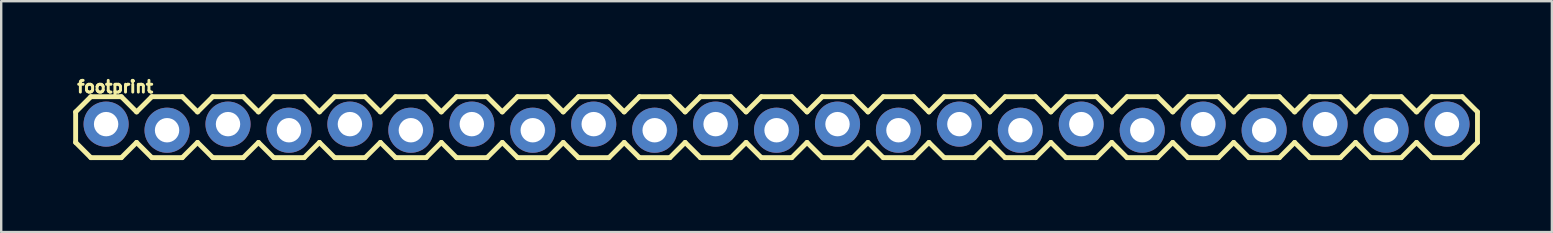
<source format=kicad_pcb>
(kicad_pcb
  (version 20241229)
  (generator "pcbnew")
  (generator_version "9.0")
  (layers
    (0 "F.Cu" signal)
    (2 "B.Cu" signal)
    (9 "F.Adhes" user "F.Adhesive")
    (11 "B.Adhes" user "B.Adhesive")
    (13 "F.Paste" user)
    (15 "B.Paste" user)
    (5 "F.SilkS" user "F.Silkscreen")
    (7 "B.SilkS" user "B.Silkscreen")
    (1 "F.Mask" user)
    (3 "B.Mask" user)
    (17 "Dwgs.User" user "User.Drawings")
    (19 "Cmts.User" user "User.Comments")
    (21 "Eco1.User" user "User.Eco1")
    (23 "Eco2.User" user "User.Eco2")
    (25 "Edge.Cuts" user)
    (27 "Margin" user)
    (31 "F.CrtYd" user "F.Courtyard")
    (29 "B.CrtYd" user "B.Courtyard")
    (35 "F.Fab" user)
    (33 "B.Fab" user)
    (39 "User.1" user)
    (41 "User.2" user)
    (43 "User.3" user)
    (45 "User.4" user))
  (footprint "footprint"
    (layer "F.Cu")
    (at 28.042 2.25)
    (property "Reference" "footprint" (at -27.94 -1.397 0) (layer "F.SilkS") (effects (font (size 0.488 0.488) (thickness 0.122)) (justify left bottom)))
    (fp_line (start -27.94 -0.635) (end -27.94 0.635) (stroke (width 0.203) (type solid)) (layer "F.SilkS"))
    (fp_line (start -27.94 -0.635) (end -27.305 -1.27) (stroke (width 0.203) (type solid)) (layer "F.SilkS"))
    (fp_line (start -27.305 -1.27) (end -26.035 -1.27) (stroke (width 0.203) (type solid)) (layer "F.SilkS"))
    (fp_line (start -27.305 1.27) (end -27.94 0.635) (stroke (width 0.203) (type solid)) (layer "F.SilkS"))
    (fp_line (start -26.035 -1.27) (end -25.4 -0.635) (stroke (width 0.203) (type solid)) (layer "F.SilkS"))
    (fp_line (start -26.035 1.27) (end -27.305 1.27) (stroke (width 0.203) (type solid)) (layer "F.SilkS"))
    (fp_line (start -25.4 -0.635) (end -24.765 -1.27) (stroke (width 0.203) (type solid)) (layer "F.SilkS"))
    (fp_line (start -25.4 0.635) (end -26.035 1.27) (stroke (width 0.203) (type solid)) (layer "F.SilkS"))
    (fp_line (start -24.765 -1.27) (end -23.495 -1.27) (stroke (width 0.203) (type solid)) (layer "F.SilkS"))
    (fp_line (start -24.765 1.27) (end -25.4 0.635) (stroke (width 0.203) (type solid)) (layer "F.SilkS"))
    (fp_line (start -23.495 -1.27) (end -22.86 -0.635) (stroke (width 0.203) (type solid)) (layer "F.SilkS"))
    (fp_line (start -23.495 1.27) (end -24.765 1.27) (stroke (width 0.203) (type solid)) (layer "F.SilkS"))
    (fp_line (start -22.86 0.635) (end -23.495 1.27) (stroke (width 0.203) (type solid)) (layer "F.SilkS"))
    (fp_line (start -22.86 0.635) (end -22.225 1.27) (stroke (width 0.203) (type solid)) (layer "F.SilkS"))
    (fp_line (start -22.225 -1.27) (end -22.86 -0.635) (stroke (width 0.203) (type solid)) (layer "F.SilkS"))
    (fp_line (start -22.225 -1.27) (end -20.955 -1.27) (stroke (width 0.203) (type solid)) (layer "F.SilkS"))
    (fp_line (start -20.955 -1.27) (end -20.32 -0.635) (stroke (width 0.203) (type solid)) (layer "F.SilkS"))
    (fp_line (start -20.955 1.27) (end -22.225 1.27) (stroke (width 0.203) (type solid)) (layer "F.SilkS"))
    (fp_line (start -20.32 -0.635) (end -19.685 -1.27) (stroke (width 0.203) (type solid)) (layer "F.SilkS"))
    (fp_line (start -20.32 0.635) (end -20.955 1.27) (stroke (width 0.203) (type solid)) (layer "F.SilkS"))
    (fp_line (start -19.685 -1.27) (end -18.415 -1.27) (stroke (width 0.203) (type solid)) (layer "F.SilkS"))
    (fp_line (start -19.685 1.27) (end -20.32 0.635) (stroke (width 0.203) (type solid)) (layer "F.SilkS"))
    (fp_line (start -18.415 -1.27) (end -17.78 -0.635) (stroke (width 0.203) (type solid)) (layer "F.SilkS"))
    (fp_line (start -18.415 1.27) (end -19.685 1.27) (stroke (width 0.203) (type solid)) (layer "F.SilkS"))
    (fp_line (start -17.78 -0.635) (end -17.145 -1.27) (stroke (width 0.203) (type solid)) (layer "F.SilkS"))
    (fp_line (start -17.78 0.635) (end -18.415 1.27) (stroke (width 0.203) (type solid)) (layer "F.SilkS"))
    (fp_line (start -17.145 -1.27) (end -15.875 -1.27) (stroke (width 0.203) (type solid)) (layer "F.SilkS"))
    (fp_line (start -17.145 1.27) (end -17.78 0.635) (stroke (width 0.203) (type solid)) (layer "F.SilkS"))
    (fp_line (start -15.875 -1.27) (end -15.24 -0.635) (stroke (width 0.203) (type solid)) (layer "F.SilkS"))
    (fp_line (start -15.875 1.27) (end -17.145 1.27) (stroke (width 0.203) (type solid)) (layer "F.SilkS"))
    (fp_line (start -15.24 0.635) (end -15.875 1.27) (stroke (width 0.203) (type solid)) (layer "F.SilkS"))
    (fp_line (start -15.24 0.635) (end -14.605 1.27) (stroke (width 0.203) (type solid)) (layer "F.SilkS"))
    (fp_line (start -14.605 -1.27) (end -15.24 -0.635) (stroke (width 0.203) (type solid)) (layer "F.SilkS"))
    (fp_line (start -14.605 -1.27) (end -13.335 -1.27) (stroke (width 0.203) (type solid)) (layer "F.SilkS"))
    (fp_line (start -13.335 -1.27) (end -12.7 -0.635) (stroke (width 0.203) (type solid)) (layer "F.SilkS"))
    (fp_line (start -13.335 1.27) (end -14.605 1.27) (stroke (width 0.203) (type solid)) (layer "F.SilkS"))
    (fp_line (start -12.7 0.635) (end -13.335 1.27) (stroke (width 0.203) (type solid)) (layer "F.SilkS"))
    (fp_line (start -12.7 0.635) (end -12.065 1.27) (stroke (width 0.203) (type solid)) (layer "F.SilkS"))
    (fp_line (start -12.065 -1.27) (end -12.7 -0.635) (stroke (width 0.203) (type solid)) (layer "F.SilkS"))
    (fp_line (start -12.065 -1.27) (end -10.795 -1.27) (stroke (width 0.203) (type solid)) (layer "F.SilkS"))
    (fp_line (start -10.795 -1.27) (end -10.16 -0.635) (stroke (width 0.203) (type solid)) (layer "F.SilkS"))
    (fp_line (start -10.795 1.27) (end -12.065 1.27) (stroke (width 0.203) (type solid)) (layer "F.SilkS"))
    (fp_line (start -10.16 -0.635) (end -9.525 -1.27) (stroke (width 0.203) (type solid)) (layer "F.SilkS"))
    (fp_line (start -10.16 0.635) (end -10.795 1.27) (stroke (width 0.203) (type solid)) (layer "F.SilkS"))
    (fp_line (start -9.525 -1.27) (end -8.255 -1.27) (stroke (width 0.203) (type solid)) (layer "F.SilkS"))
    (fp_line (start -9.525 1.27) (end -10.16 0.635) (stroke (width 0.203) (type solid)) (layer "F.SilkS"))
    (fp_line (start -8.255 -1.27) (end -7.62 -0.635) (stroke (width 0.203) (type solid)) (layer "F.SilkS"))
    (fp_line (start -8.255 1.27) (end -9.525 1.27) (stroke (width 0.203) (type solid)) (layer "F.SilkS"))
    (fp_line (start -7.62 -0.635) (end -6.985 -1.27) (stroke (width 0.203) (type solid)) (layer "F.SilkS"))
    (fp_line (start -7.62 0.635) (end -8.255 1.27) (stroke (width 0.203) (type solid)) (layer "F.SilkS"))
    (fp_line (start -6.985 -1.27) (end -5.715 -1.27) (stroke (width 0.203) (type solid)) (layer "F.SilkS"))
    (fp_line (start -6.985 1.27) (end -7.62 0.635) (stroke (width 0.203) (type solid)) (layer "F.SilkS"))
    (fp_line (start -5.715 -1.27) (end -5.08 -0.635) (stroke (width 0.203) (type solid)) (layer "F.SilkS"))
    (fp_line (start -5.715 1.27) (end -6.985 1.27) (stroke (width 0.203) (type solid)) (layer "F.SilkS"))
    (fp_line (start -5.08 0.635) (end -5.715 1.27) (stroke (width 0.203) (type solid)) (layer "F.SilkS"))
    (fp_line (start -5.08 0.635) (end -4.445 1.27) (stroke (width 0.203) (type solid)) (layer "F.SilkS"))
    (fp_line (start -4.445 -1.27) (end -5.08 -0.635) (stroke (width 0.203) (type solid)) (layer "F.SilkS"))
    (fp_line (start -4.445 -1.27) (end -3.175 -1.27) (stroke (width 0.203) (type solid)) (layer "F.SilkS"))
    (fp_line (start -3.175 -1.27) (end -2.54 -0.635) (stroke (width 0.203) (type solid)) (layer "F.SilkS"))
    (fp_line (start -3.175 1.27) (end -4.445 1.27) (stroke (width 0.203) (type solid)) (layer "F.SilkS"))
    (fp_line (start -2.54 -0.635) (end -1.905 -1.27) (stroke (width 0.203) (type solid)) (layer "F.SilkS"))
    (fp_line (start -2.54 0.635) (end -3.175 1.27) (stroke (width 0.203) (type solid)) (layer "F.SilkS"))
    (fp_line (start -1.905 -1.27) (end -0.635 -1.27) (stroke (width 0.203) (type solid)) (layer "F.SilkS"))
    (fp_line (start -1.905 1.27) (end -2.54 0.635) (stroke (width 0.203) (type solid)) (layer "F.SilkS"))
    (fp_line (start -0.635 -1.27) (end 0 -0.635) (stroke (width 0.203) (type solid)) (layer "F.SilkS"))
    (fp_line (start -0.635 1.27) (end -1.905 1.27) (stroke (width 0.203) (type solid)) (layer "F.SilkS"))
    (fp_line (start 0 -0.635) (end 0.635 -1.27) (stroke (width 0.203) (type solid)) (layer "F.SilkS"))
    (fp_line (start 0 0.635) (end -0.635 1.27) (stroke (width 0.203) (type solid)) (layer "F.SilkS"))
    (fp_line (start 0.635 -1.27) (end 1.905 -1.27) (stroke (width 0.203) (type solid)) (layer "F.SilkS"))
    (fp_line (start 0.635 1.27) (end 0 0.635) (stroke (width 0.203) (type solid)) (layer "F.SilkS"))
    (fp_line (start 1.905 -1.27) (end 2.54 -0.635) (stroke (width 0.203) (type solid)) (layer "F.SilkS"))
    (fp_line (start 1.905 1.27) (end 0.635 1.27) (stroke (width 0.203) (type solid)) (layer "F.SilkS"))
    (fp_line (start 2.54 0.635) (end 1.905 1.27) (stroke (width 0.203) (type solid)) (layer "F.SilkS"))
    (fp_line (start 2.54 0.635) (end 3.175 1.27) (stroke (width 0.203) (type solid)) (layer "F.SilkS"))
    (fp_line (start 3.175 -1.27) (end 2.54 -0.635) (stroke (width 0.203) (type solid)) (layer "F.SilkS"))
    (fp_line (start 3.175 -1.27) (end 4.445 -1.27) (stroke (width 0.203) (type solid)) (layer "F.SilkS"))
    (fp_line (start 4.445 -1.27) (end 5.08 -0.635) (stroke (width 0.203) (type solid)) (layer "F.SilkS"))
    (fp_line (start 4.445 1.27) (end 3.175 1.27) (stroke (width 0.203) (type solid)) (layer "F.SilkS"))
    (fp_line (start 5.08 0.635) (end 4.445 1.27) (stroke (width 0.203) (type solid)) (layer "F.SilkS"))
    (fp_line (start 5.08 0.635) (end 5.715 1.27) (stroke (width 0.203) (type solid)) (layer "F.SilkS"))
    (fp_line (start 5.715 -1.27) (end 5.08 -0.635) (stroke (width 0.203) (type solid)) (layer "F.SilkS"))
    (fp_line (start 5.715 -1.27) (end 6.985 -1.27) (stroke (width 0.203) (type solid)) (layer "F.SilkS"))
    (fp_line (start 6.985 -1.27) (end 7.62 -0.635) (stroke (width 0.203) (type solid)) (layer "F.SilkS"))
    (fp_line (start 6.985 1.27) (end 5.715 1.27) (stroke (width 0.203) (type solid)) (layer "F.SilkS"))
    (fp_line (start 7.62 0.635) (end 6.985 1.27) (stroke (width 0.203) (type solid)) (layer "F.SilkS"))
    (fp_line (start 7.62 0.635) (end 8.255 1.27) (stroke (width 0.203) (type solid)) (layer "F.SilkS"))
    (fp_line (start 8.255 -1.27) (end 7.62 -0.635) (stroke (width 0.203) (type solid)) (layer "F.SilkS"))
    (fp_line (start 8.255 -1.27) (end 9.525 -1.27) (stroke (width 0.203) (type solid)) (layer "F.SilkS"))
    (fp_line (start 9.525 -1.27) (end 10.16 -0.635) (stroke (width 0.203) (type solid)) (layer "F.SilkS"))
    (fp_line (start 9.525 1.27) (end 8.255 1.27) (stroke (width 0.203) (type solid)) (layer "F.SilkS"))
    (fp_line (start 10.16 0.635) (end 9.525 1.27) (stroke (width 0.203) (type solid)) (layer "F.SilkS"))
    (fp_line (start 10.16 0.635) (end 10.795 1.27) (stroke (width 0.203) (type solid)) (layer "F.SilkS"))
    (fp_line (start 10.795 -1.27) (end 10.16 -0.635) (stroke (width 0.203) (type solid)) (layer "F.SilkS"))
    (fp_line (start 10.795 -1.27) (end 12.065 -1.27) (stroke (width 0.203) (type solid)) (layer "F.SilkS"))
    (fp_line (start 12.065 -1.27) (end 12.7 -0.635) (stroke (width 0.203) (type solid)) (layer "F.SilkS"))
    (fp_line (start 12.065 1.27) (end 10.795 1.27) (stroke (width 0.203) (type solid)) (layer "F.SilkS"))
    (fp_line (start 12.7 0.635) (end 12.065 1.27) (stroke (width 0.203) (type solid)) (layer "F.SilkS"))
    (fp_line (start 12.7 0.635) (end 13.335 1.27) (stroke (width 0.203) (type solid)) (layer "F.SilkS"))
    (fp_line (start 13.335 -1.27) (end 12.7 -0.635) (stroke (width 0.203) (type solid)) (layer "F.SilkS"))
    (fp_line (start 13.335 -1.27) (end 14.605 -1.27) (stroke (width 0.203) (type solid)) (layer "F.SilkS"))
    (fp_line (start 14.605 -1.27) (end 15.24 -0.635) (stroke (width 0.203) (type solid)) (layer "F.SilkS"))
    (fp_line (start 14.605 1.27) (end 13.335 1.27) (stroke (width 0.203) (type solid)) (layer "F.SilkS"))
    (fp_line (start 15.24 0.635) (end 14.605 1.27) (stroke (width 0.203) (type solid)) (layer "F.SilkS"))
    (fp_line (start 15.24 0.635) (end 15.875 1.27) (stroke (width 0.203) (type solid)) (layer "F.SilkS"))
    (fp_line (start 15.875 -1.27) (end 15.24 -0.635) (stroke (width 0.203) (type solid)) (layer "F.SilkS"))
    (fp_line (start 15.875 -1.27) (end 17.145 -1.27) (stroke (width 0.203) (type solid)) (layer "F.SilkS"))
    (fp_line (start 17.145 -1.27) (end 17.78 -0.635) (stroke (width 0.203) (type solid)) (layer "F.SilkS"))
    (fp_line (start 17.145 1.27) (end 15.875 1.27) (stroke (width 0.203) (type solid)) (layer "F.SilkS"))
    (fp_line (start 17.78 0.635) (end 17.145 1.27) (stroke (width 0.203) (type solid)) (layer "F.SilkS"))
    (fp_line (start 17.78 0.635) (end 18.415 1.27) (stroke (width 0.203) (type solid)) (layer "F.SilkS"))
    (fp_line (start 18.415 -1.27) (end 17.78 -0.635) (stroke (width 0.203) (type solid)) (layer "F.SilkS"))
    (fp_line (start 18.415 -1.27) (end 19.685 -1.27) (stroke (width 0.203) (type solid)) (layer "F.SilkS"))
    (fp_line (start 19.685 -1.27) (end 20.32 -0.635) (stroke (width 0.203) (type solid)) (layer "F.SilkS"))
    (fp_line (start 19.685 1.27) (end 18.415 1.27) (stroke (width 0.203) (type solid)) (layer "F.SilkS"))
    (fp_line (start 20.32 0.635) (end 19.685 1.27) (stroke (width 0.203) (type solid)) (layer "F.SilkS"))
    (fp_line (start 20.32 0.635) (end 20.955 1.27) (stroke (width 0.203) (type solid)) (layer "F.SilkS"))
    (fp_line (start 20.955 -1.27) (end 20.32 -0.635) (stroke (width 0.203) (type solid)) (layer "F.SilkS"))
    (fp_line (start 20.955 -1.27) (end 22.225 -1.27) (stroke (width 0.203) (type solid)) (layer "F.SilkS"))
    (fp_line (start 22.225 -1.27) (end 22.86 -0.635) (stroke (width 0.203) (type solid)) (layer "F.SilkS"))
    (fp_line (start 22.225 1.27) (end 20.955 1.27) (stroke (width 0.203) (type solid)) (layer "F.SilkS"))
    (fp_line (start 22.86 0.635) (end 22.225 1.27) (stroke (width 0.203) (type solid)) (layer "F.SilkS"))
    (fp_line (start 22.86 0.635) (end 23.495 1.27) (stroke (width 0.203) (type solid)) (layer "F.SilkS"))
    (fp_line (start 23.495 -1.27) (end 22.86 -0.635) (stroke (width 0.203) (type solid)) (layer "F.SilkS"))
    (fp_line (start 23.495 -1.27) (end 24.765 -1.27) (stroke (width 0.203) (type solid)) (layer "F.SilkS"))
    (fp_line (start 24.765 -1.27) (end 25.4 -0.635) (stroke (width 0.203) (type solid)) (layer "F.SilkS"))
    (fp_line (start 24.765 1.27) (end 23.495 1.27) (stroke (width 0.203) (type solid)) (layer "F.SilkS"))
    (fp_line (start 25.4 0.635) (end 24.765 1.27) (stroke (width 0.203) (type solid)) (layer "F.SilkS"))
    (fp_line (start 25.4 0.635) (end 26.035 1.27) (stroke (width 0.203) (type solid)) (layer "F.SilkS"))
    (fp_line (start 26.035 -1.27) (end 25.4 -0.635) (stroke (width 0.203) (type solid)) (layer "F.SilkS"))
    (fp_line (start 26.035 -1.27) (end 27.305 -1.27) (stroke (width 0.203) (type solid)) (layer "F.SilkS"))
    (fp_line (start 27.305 -1.27) (end 27.94 -0.635) (stroke (width 0.203) (type solid)) (layer "F.SilkS"))
    (fp_line (start 27.305 1.27) (end 26.035 1.27) (stroke (width 0.203) (type solid)) (layer "F.SilkS"))
    (fp_line (start 27.94 0.635) (end 27.305 1.27) (stroke (width 0.203) (type solid)) (layer "F.SilkS"))
    (fp_line (start 27.94 0.635) (end 28.575 1.27) (stroke (width 0.203) (type solid)) (layer "F.SilkS"))
    (fp_line (start 28.575 -1.27) (end 27.94 -0.635) (stroke (width 0.203) (type solid)) (layer "F.SilkS"))
    (fp_line (start 28.575 -1.27) (end 29.845 -1.27) (stroke (width 0.203) (type solid)) (layer "F.SilkS"))
    (fp_line (start 29.845 -1.27) (end 30.48 -0.635) (stroke (width 0.203) (type solid)) (layer "F.SilkS"))
    (fp_line (start 29.845 1.27) (end 28.575 1.27) (stroke (width 0.203) (type solid)) (layer "F.SilkS"))
    (fp_line (start 30.48 -0.635) (end 30.48 0.635) (stroke (width 0.203) (type solid)) (layer "F.SilkS"))
    (fp_line (start 30.48 0.635) (end 29.845 1.27) (stroke (width 0.203) (type solid)) (layer "F.SilkS"))
    (fp_poly (pts (xy -26.924 0.254) (xy -26.416 0.254) (xy -26.416 -0.254) (xy -26.924 -0.254)) (stroke (width 0.1) (type solid)) (fill no) (layer "F.Fab"))
    (fp_poly (pts (xy -24.384 0.254) (xy -23.876 0.254) (xy -23.876 -0.254) (xy -24.384 -0.254)) (stroke (width 0.1) (type solid)) (fill no) (layer "F.Fab"))
    (fp_poly (pts (xy -21.844 0.254) (xy -21.336 0.254) (xy -21.336 -0.254) (xy -21.844 -0.254)) (stroke (width 0.1) (type solid)) (fill no) (layer "F.Fab"))
    (fp_poly (pts (xy -19.304 0.254) (xy -18.796 0.254) (xy -18.796 -0.254) (xy -19.304 -0.254)) (stroke (width 0.1) (type solid)) (fill no) (layer "F.Fab"))
    (fp_poly (pts (xy -16.764 0.254) (xy -16.256 0.254) (xy -16.256 -0.254) (xy -16.764 -0.254)) (stroke (width 0.1) (type solid)) (fill no) (layer "F.Fab"))
    (fp_poly (pts (xy -14.224 0.254) (xy -13.716 0.254) (xy -13.716 -0.254) (xy -14.224 -0.254)) (stroke (width 0.1) (type solid)) (fill no) (layer "F.Fab"))
    (fp_poly (pts (xy -11.684 0.254) (xy -11.176 0.254) (xy -11.176 -0.254) (xy -11.684 -0.254)) (stroke (width 0.1) (type solid)) (fill no) (layer "F.Fab"))
    (fp_poly (pts (xy -9.144 0.254) (xy -8.636 0.254) (xy -8.636 -0.254) (xy -9.144 -0.254)) (stroke (width 0.1) (type solid)) (fill no) (layer "F.Fab"))
    (fp_poly (pts (xy -6.604 0.254) (xy -6.096 0.254) (xy -6.096 -0.254) (xy -6.604 -0.254)) (stroke (width 0.1) (type solid)) (fill no) (layer "F.Fab"))
    (fp_poly (pts (xy -4.064 0.254) (xy -3.556 0.254) (xy -3.556 -0.254) (xy -4.064 -0.254)) (stroke (width 0.1) (type solid)) (fill no) (layer "F.Fab"))
    (fp_poly (pts (xy -1.524 0.254) (xy -1.016 0.254) (xy -1.016 -0.254) (xy -1.524 -0.254)) (stroke (width 0.1) (type solid)) (fill no) (layer "F.Fab"))
    (fp_poly (pts (xy 1.016 0.254) (xy 1.524 0.254) (xy 1.524 -0.254) (xy 1.016 -0.254)) (stroke (width 0.1) (type solid)) (fill no) (layer "F.Fab"))
    (fp_poly (pts (xy 3.556 0.254) (xy 4.064 0.254) (xy 4.064 -0.254) (xy 3.556 -0.254)) (stroke (width 0.1) (type solid)) (fill no) (layer "F.Fab"))
    (fp_poly (pts (xy 6.096 0.254) (xy 6.604 0.254) (xy 6.604 -0.254) (xy 6.096 -0.254)) (stroke (width 0.1) (type solid)) (fill no) (layer "F.Fab"))
    (fp_poly (pts (xy 8.636 0.254) (xy 9.144 0.254) (xy 9.144 -0.254) (xy 8.636 -0.254)) (stroke (width 0.1) (type solid)) (fill no) (layer "F.Fab"))
    (fp_poly (pts (xy 11.176 0.254) (xy 11.684 0.254) (xy 11.684 -0.254) (xy 11.176 -0.254)) (stroke (width 0.1) (type solid)) (fill no) (layer "F.Fab"))
    (fp_poly (pts (xy 13.716 0.254) (xy 14.224 0.254) (xy 14.224 -0.254) (xy 13.716 -0.254)) (stroke (width 0.1) (type solid)) (fill no) (layer "F.Fab"))
    (fp_poly (pts (xy 16.256 0.254) (xy 16.764 0.254) (xy 16.764 -0.254) (xy 16.256 -0.254)) (stroke (width 0.1) (type solid)) (fill no) (layer "F.Fab"))
    (fp_poly (pts (xy 18.796 0.254) (xy 19.304 0.254) (xy 19.304 -0.254) (xy 18.796 -0.254)) (stroke (width 0.1) (type solid)) (fill no) (layer "F.Fab"))
    (fp_poly (pts (xy 21.336 0.254) (xy 21.844 0.254) (xy 21.844 -0.254) (xy 21.336 -0.254)) (stroke (width 0.1) (type solid)) (fill no) (layer "F.Fab"))
    (fp_poly (pts (xy 23.876 0.254) (xy 24.384 0.254) (xy 24.384 -0.254) (xy 23.876 -0.254)) (stroke (width 0.1) (type solid)) (fill no) (layer "F.Fab"))
    (fp_poly (pts (xy 26.416 0.254) (xy 26.924 0.254) (xy 26.924 -0.254) (xy 26.416 -0.254)) (stroke (width 0.1) (type solid)) (fill no) (layer "F.Fab"))
    (fp_poly (pts (xy 28.956 0.254) (xy 29.464 0.254) (xy 29.464 -0.254) (xy 28.956 -0.254)) (stroke (width 0.1) (type solid)) (fill no) (layer "F.Fab"))
    (pad "2" thru_hole circle (at -26.67 -0.127 90) (size 1.88 1.88) (drill 1.016) (layers "*.Cu" "*.Mask"))
    (pad "3" thru_hole circle (at -24.13 0.127 90) (size 1.88 1.88) (drill 1.016) (layers "*.Cu" "*.Mask"))
    (pad "4" thru_hole circle (at -21.59 -0.127 90) (size 1.88 1.88) (drill 1.016) (layers "*.Cu" "*.Mask"))
    (pad "5" thru_hole circle (at -19.05 0.127 90) (size 1.88 1.88) (drill 1.016) (layers "*.Cu" "*.Mask"))
    (pad "6" thru_hole circle (at -16.51 -0.127 90) (size 1.88 1.88) (drill 1.016) (layers "*.Cu" "*.Mask"))
    (pad "7" thru_hole circle (at -13.97 0.127 90) (size 1.88 1.88) (drill 1.016) (layers "*.Cu" "*.Mask"))
    (pad "8" thru_hole circle (at -11.43 -0.127 90) (size 1.88 1.88) (drill 1.016) (layers "*.Cu" "*.Mask"))
    (pad "9" thru_hole circle (at -8.89 0.127 90) (size 1.88 1.88) (drill 1.016) (layers "*.Cu" "*.Mask"))
    (pad "10" thru_hole circle (at -6.35 -0.127 90) (size 1.88 1.88) (drill 1.016) (layers "*.Cu" "*.Mask"))
    (pad "11" thru_hole circle (at -3.81 0.127 90) (size 1.88 1.88) (drill 1.016) (layers "*.Cu" "*.Mask"))
    (pad "12" thru_hole circle (at -1.27 -0.127 90) (size 1.88 1.88) (drill 1.016) (layers "*.Cu" "*.Mask"))
    (pad "13" thru_hole circle (at 1.27 0.127 90) (size 1.88 1.88) (drill 1.016) (layers "*.Cu" "*.Mask"))
    (pad "14" thru_hole circle (at 3.81 -0.127 90) (size 1.88 1.88) (drill 1.016) (layers "*.Cu" "*.Mask"))
    (pad "15" thru_hole circle (at 6.35 0.127 90) (size 1.88 1.88) (drill 1.016) (layers "*.Cu" "*.Mask"))
    (pad "16" thru_hole circle (at 8.89 -0.127 90) (size 1.88 1.88) (drill 1.016) (layers "*.Cu" "*.Mask"))
    (pad "17" thru_hole circle (at 11.43 0.127 90) (size 1.88 1.88) (drill 1.016) (layers "*.Cu" "*.Mask"))
    (pad "18" thru_hole circle (at 13.97 -0.127 90) (size 1.88 1.88) (drill 1.016) (layers "*.Cu" "*.Mask"))
    (pad "19" thru_hole circle (at 16.51 0.127 90) (size 1.88 1.88) (drill 1.016) (layers "*.Cu" "*.Mask"))
    (pad "20" thru_hole circle (at 19.05 -0.127 90) (size 1.88 1.88) (drill 1.016) (layers "*.Cu" "*.Mask"))
    (pad "21" thru_hole circle (at 21.59 0.127 90) (size 1.88 1.88) (drill 1.016) (layers "*.Cu" "*.Mask"))
    (pad "22" thru_hole circle (at 24.13 -0.127 90) (size 1.88 1.88) (drill 1.016) (layers "*.Cu" "*.Mask"))
    (pad "23" thru_hole circle (at 26.67 0.127 90) (size 1.88 1.88) (drill 1.016) (layers "*.Cu" "*.Mask"))
    (pad "24" thru_hole circle (at 29.21 -0.127 90) (size 1.88 1.88) (drill 1.016) (layers "*.Cu" "*.Mask")))
  (gr_rect
    (start -3 -3)
    (end 61.623 6.622)
    (stroke (width 0.1) (type default))
    (fill no)
    (layer "Edge.Cuts")))
</source>
